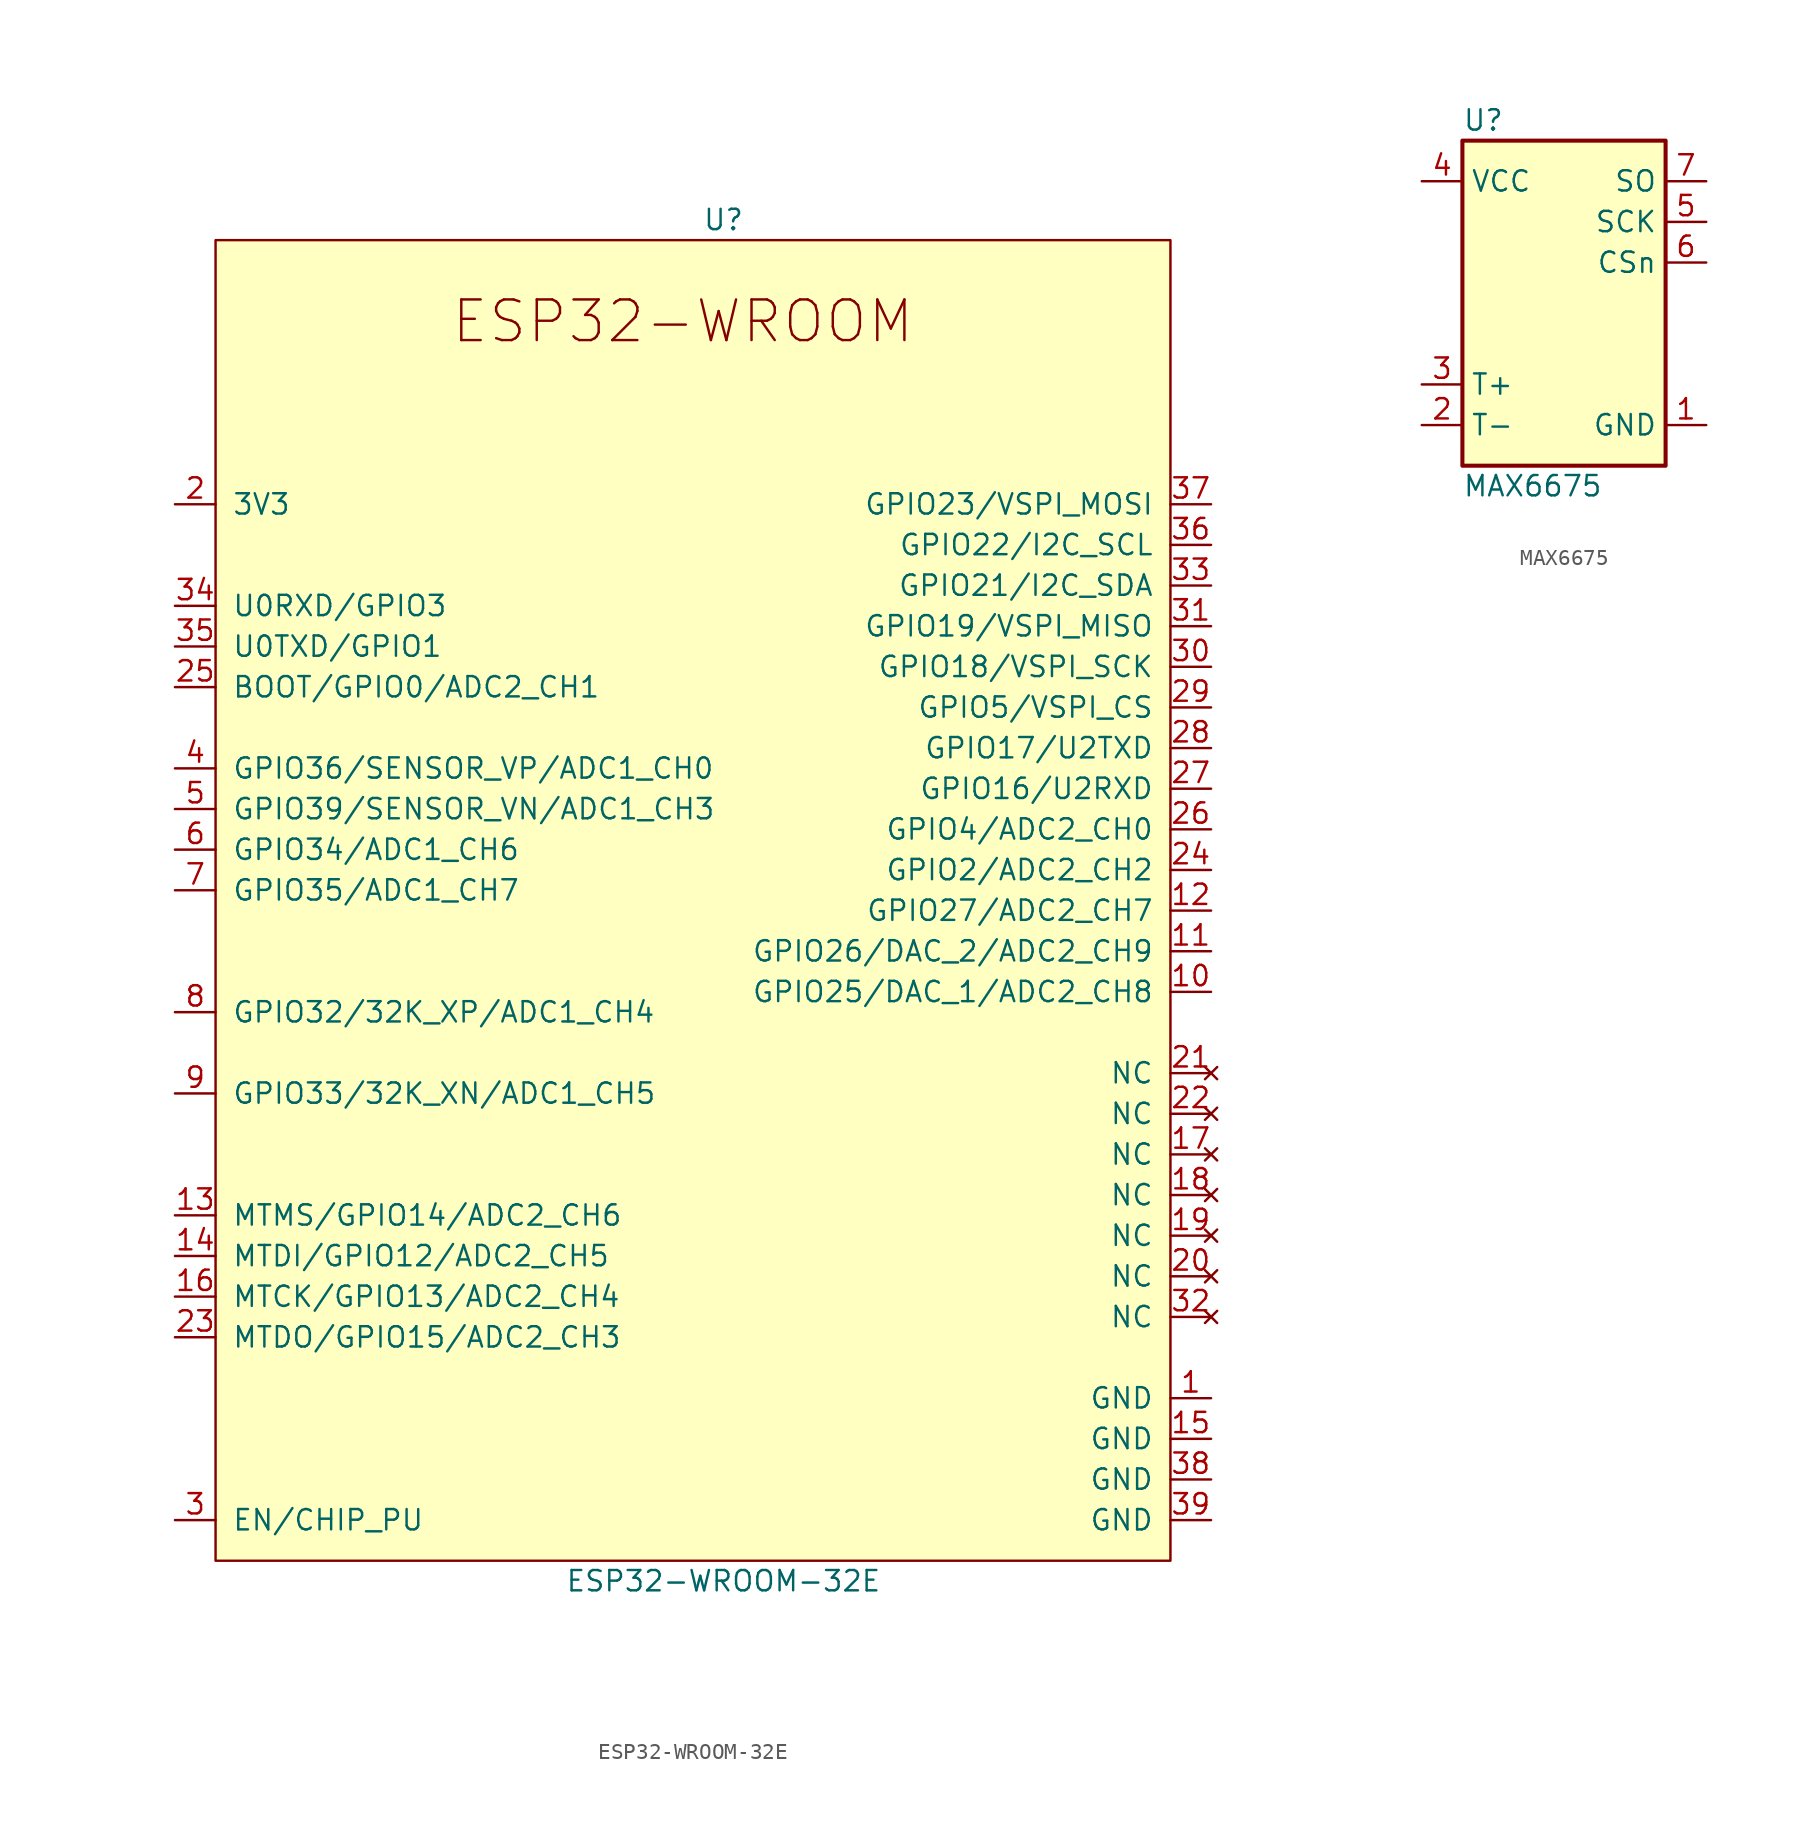
<source format=kicad_sym>
(kicad_symbol_lib
  (version 20211014)
  (generator kicad_symbol_editor)
  (symbol "ESP32-WROOM-32E"
    (pin_names
      (offset 1.016))
    (property "Reference" "U"
      (at 0 43.18 0)
      (effects (font (size 1.27 1.27))))
    (property "Value" "ESP32-WROOM-32E"
      (at 0 -41.91 0)
      (effects (font (size 1.27 1.27))))
    (symbol "ESP32-WROOM-32E_0_0"
      (pin power_in line (at 30.48 -38.1 180) (length 2.54) (name "GND" (effects (font (size 1.27 1.27)))) (number "39" (effects (font (size 1.27 1.27))))))
    (symbol "ESP32-WROOM-32E_0_1"
      (rectangle (start -31.75 41.91) (end 27.94 -40.64) (stroke (width 0) (type default) (color 0 0 0 0)) (fill (type background))))
    (symbol "ESP32-WROOM-32E_1_1"
      (text "ESP32-­WROOM" (at -2.54 36.83 0) (effects (font (size 2.54 2.54))))
      (pin power_in line (at 30.48 -30.48 180) (length 2.54) (name "GND" (effects (font (size 1.27 1.27)))) (number "1" (effects (font (size 1.27 1.27)))))
      (pin bidirectional line (at 30.48 -5.08 180) (length 2.54) (name "GPIO25/DAC_1/ADC2_CH8" (effects (font (size 1.27 1.27)))) (number "10" (effects (font (size 1.27 1.27)))))
      (pin bidirectional line (at 30.48 -2.54 180) (length 2.54) (name "GPIO26/DAC_2/ADC2_CH9" (effects (font (size 1.27 1.27)))) (number "11" (effects (font (size 1.27 1.27)))))
      (pin bidirectional line (at 30.48 0 180) (length 2.54) (name "GPIO27/ADC2_CH7" (effects (font (size 1.27 1.27)))) (number "12" (effects (font (size 1.27 1.27)))))
      (pin bidirectional line (at -34.29 -19.05 0) (length 2.54) (name "MTMS/GPIO14/ADC2_CH6" (effects (font (size 1.27 1.27)))) (number "13" (effects (font (size 1.27 1.27)))))
      (pin bidirectional line (at -34.29 -21.59 0) (length 2.54) (name "MTDI/GPIO12/ADC2_CH5" (effects (font (size 1.27 1.27)))) (number "14" (effects (font (size 1.27 1.27)))))
      (pin power_in line (at 30.48 -33.02 180) (length 2.54) (name "GND" (effects (font (size 1.27 1.27)))) (number "15" (effects (font (size 1.27 1.27)))))
      (pin bidirectional line (at -34.29 -24.13 0) (length 2.54) (name "MTCK/GPIO13/ADC2_CH4" (effects (font (size 1.27 1.27)))) (number "16" (effects (font (size 1.27 1.27)))))
      (pin no_connect line (at 30.48 -15.24 180) (length 2.54) (name "NC" (effects (font (size 1.27 1.27)))) (number "17" (effects (font (size 1.27 1.27)))))
      (pin no_connect line (at 30.48 -17.78 180) (length 2.54) (name "NC" (effects (font (size 1.27 1.27)))) (number "18" (effects (font (size 1.27 1.27)))))
      (pin no_connect line (at 30.48 -20.32 180) (length 2.54) (name "NC" (effects (font (size 1.27 1.27)))) (number "19" (effects (font (size 1.27 1.27)))))
      (pin power_in line (at -34.29 25.4 0) (length 2.54) (name "3V3" (effects (font (size 1.27 1.27)))) (number "2" (effects (font (size 1.27 1.27)))))
      (pin no_connect line (at 30.48 -22.86 180) (length 2.54) (name "NC" (effects (font (size 1.27 1.27)))) (number "20" (effects (font (size 1.27 1.27)))))
      (pin no_connect line (at 30.48 -10.16 180) (length 2.54) (name "NC" (effects (font (size 1.27 1.27)))) (number "21" (effects (font (size 1.27 1.27)))))
      (pin no_connect line (at 30.48 -12.7 180) (length 2.54) (name "NC" (effects (font (size 1.27 1.27)))) (number "22" (effects (font (size 1.27 1.27)))))
      (pin bidirectional line (at -34.29 -26.67 0) (length 2.54) (name "MTDO/GPIO15/ADC2_CH3" (effects (font (size 1.27 1.27)))) (number "23" (effects (font (size 1.27 1.27)))))
      (pin bidirectional line (at 30.48 2.54 180) (length 2.54) (name "GPIO2/ADC2_CH2" (effects (font (size 1.27 1.27)))) (number "24" (effects (font (size 1.27 1.27)))))
      (pin bidirectional line (at -34.29 13.97 0) (length 2.54) (name "BOOT/GPIO0/ADC2_CH1" (effects (font (size 1.27 1.27)))) (number "25" (effects (font (size 1.27 1.27)))))
      (pin bidirectional line (at 30.48 5.08 180) (length 2.54) (name "GPIO4/ADC2_CH0" (effects (font (size 1.27 1.27)))) (number "26" (effects (font (size 1.27 1.27)))))
      (pin bidirectional line (at 30.48 7.62 180) (length 2.54) (name "GPIO16/U2RXD" (effects (font (size 1.27 1.27)))) (number "27" (effects (font (size 1.27 1.27)))))
      (pin bidirectional line (at 30.48 10.16 180) (length 2.54) (name "GPIO17/U2TXD" (effects (font (size 1.27 1.27)))) (number "28" (effects (font (size 1.27 1.27)))))
      (pin bidirectional line (at 30.48 12.7 180) (length 2.54) (name "GPIO5/VSPI_CS" (effects (font (size 1.27 1.27)))) (number "29" (effects (font (size 1.27 1.27)))))
      (pin input line (at -34.29 -38.1 0) (length 2.54) (name "EN/CHIP_PU" (effects (font (size 1.27 1.27)))) (number "3" (effects (font (size 1.27 1.27)))))
      (pin bidirectional line (at 30.48 15.24 180) (length 2.54) (name "GPIO18/VSPI_SCK" (effects (font (size 1.27 1.27)))) (number "30" (effects (font (size 1.27 1.27)))))
      (pin bidirectional line (at 30.48 17.78 180) (length 2.54) (name "GPIO19/VSPI_MISO" (effects (font (size 1.27 1.27)))) (number "31" (effects (font (size 1.27 1.27)))))
      (pin no_connect line (at 30.48 -25.4 180) (length 2.54) (name "NC" (effects (font (size 1.27 1.27)))) (number "32" (effects (font (size 1.27 1.27)))))
      (pin bidirectional line (at 30.48 20.32 180) (length 2.54) (name "GPIO21/I2C_SDA" (effects (font (size 1.27 1.27)))) (number "33" (effects (font (size 1.27 1.27)))))
      (pin bidirectional line (at -34.29 19.05 0) (length 2.54) (name "U0RXD/GPIO3" (effects (font (size 1.27 1.27)))) (number "34" (effects (font (size 1.27 1.27)))))
      (pin bidirectional line (at -34.29 16.51 0) (length 2.54) (name "U0TXD/GPIO1" (effects (font (size 1.27 1.27)))) (number "35" (effects (font (size 1.27 1.27)))))
      (pin bidirectional line (at 30.48 22.86 180) (length 2.54) (name "GPIO22/I2C_SCL" (effects (font (size 1.27 1.27)))) (number "36" (effects (font (size 1.27 1.27)))))
      (pin bidirectional line (at 30.48 25.4 180) (length 2.54) (name "GPIO23/VSPI_MOSI" (effects (font (size 1.27 1.27)))) (number "37" (effects (font (size 1.27 1.27)))))
      (pin power_in line (at 30.48 -35.56 180) (length 2.54) (name "GND" (effects (font (size 1.27 1.27)))) (number "38" (effects (font (size 1.27 1.27)))))
      (pin input line (at -34.29 8.89 0) (length 2.54) (name "GPIO36/SENSOR_VP/ADC1_CH0" (effects (font (size 1.27 1.27)))) (number "4" (effects (font (size 1.27 1.27)))))
      (pin input line (at -34.29 6.35 0) (length 2.54) (name "GPIO39/SENSOR_VN/ADC1_CH3" (effects (font (size 1.27 1.27)))) (number "5" (effects (font (size 1.27 1.27)))))
      (pin input line (at -34.29 3.81 0) (length 2.54) (name "GPIO34/ADC1_CH6" (effects (font (size 1.27 1.27)))) (number "6" (effects (font (size 1.27 1.27)))))
      (pin input line (at -34.29 1.27 0) (length 2.54) (name "GPIO35/ADC1_CH7" (effects (font (size 1.27 1.27)))) (number "7" (effects (font (size 1.27 1.27)))))
      (pin bidirectional line (at -34.29 -6.35 0) (length 2.54) (name "GPIO32/32K_XP/ADC1_CH4" (effects (font (size 1.27 1.27)))) (number "8" (effects (font (size 1.27 1.27)))))
      (pin bidirectional line (at -34.29 -11.43 0) (length 2.54) (name "GPIO33/32K_XN/ADC1_CH5" (effects (font (size 1.27 1.27)))) (number "9" (effects (font (size 1.27 1.27)))))))
  (symbol "MAX6675"
    (property "Reference" "U"
      (at -7.62 11.43 0)
      (effects (font (size 1.27 1.27)) (justify left)))
    (property "Value" "MAX6675"
      (at -7.62 -11.43 0)
      (effects (font (size 1.27 1.27)) (justify left)))
    (symbol "MAX6675_0_1"
      (rectangle (start -7.62 10.16) (end 5.08 -10.16) (stroke (width 0.254) (type default) (color 0 0 0 0)) (fill (type background))))
    (symbol "MAX6675_1_1"
      (pin power_in line (at 7.62 -7.62 180) (length 2.54) (name "GND" (effects (font (size 1.27 1.27)))) (number "1" (effects (font (size 1.27 1.27)))))
      (pin input line (at -10.16 -7.62 0) (length 2.54) (name "T-" (effects (font (size 1.27 1.27)))) (number "2" (effects (font (size 1.27 1.27)))))
      (pin input line (at -10.16 -5.08 0) (length 2.54) (name "T+" (effects (font (size 1.27 1.27)))) (number "3" (effects (font (size 1.27 1.27)))))
      (pin power_in line (at -10.16 7.62 0) (length 2.54) (name "VCC" (effects (font (size 1.27 1.27)))) (number "4" (effects (font (size 1.27 1.27)))))
      (pin input line (at 7.62 5.08 180) (length 2.54) (name "SCK" (effects (font (size 1.27 1.27)))) (number "5" (effects (font (size 1.27 1.27)))))
      (pin input line (at 7.62 2.54 180) (length 2.54) (name "CSn" (effects (font (size 1.27 1.27)))) (number "6" (effects (font (size 1.27 1.27)))))
      (pin bidirectional line (at 7.62 7.62 180) (length 2.54) (name "SO" (effects (font (size 1.27 1.27)))) (number "7" (effects (font (size 1.27 1.27)))))
      (pin no_connect line (at 7.62 -2.54 180) (length 2.54) hide (name "NC" (effects (font (size 1.27 1.27)))) (number "8" (effects (font (size 1.27 1.27))))))))
</source>
